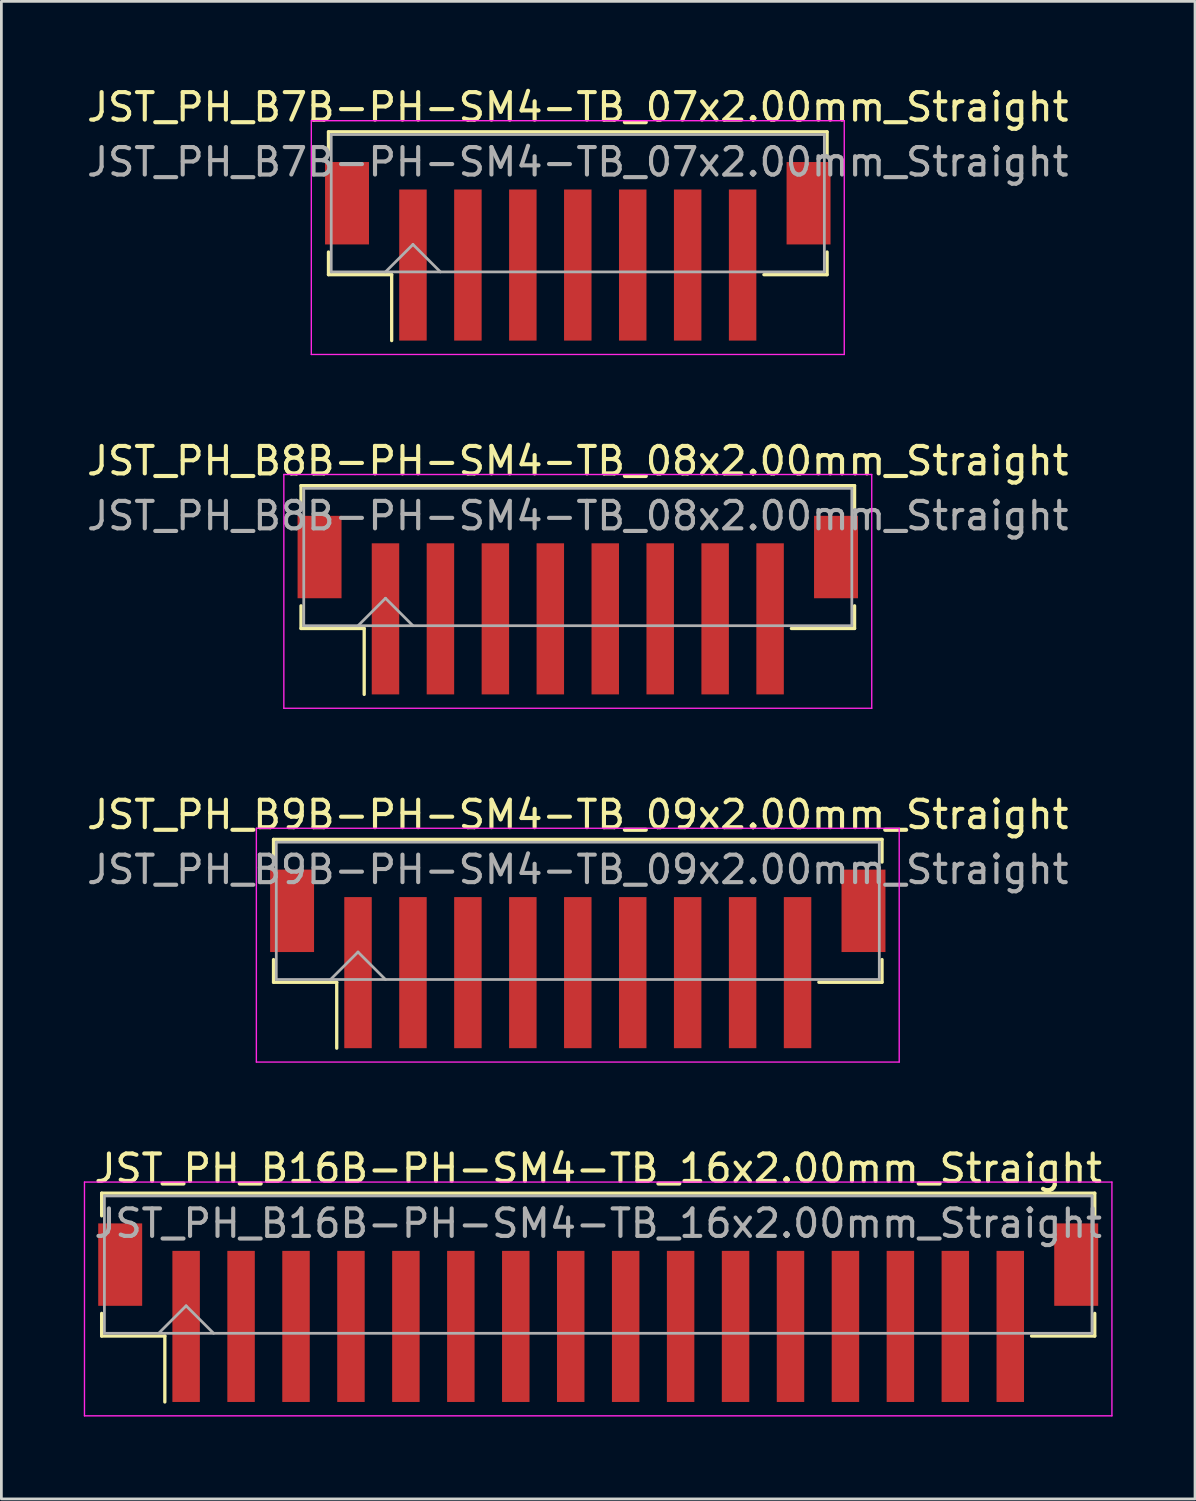
<source format=kicad_pcb>
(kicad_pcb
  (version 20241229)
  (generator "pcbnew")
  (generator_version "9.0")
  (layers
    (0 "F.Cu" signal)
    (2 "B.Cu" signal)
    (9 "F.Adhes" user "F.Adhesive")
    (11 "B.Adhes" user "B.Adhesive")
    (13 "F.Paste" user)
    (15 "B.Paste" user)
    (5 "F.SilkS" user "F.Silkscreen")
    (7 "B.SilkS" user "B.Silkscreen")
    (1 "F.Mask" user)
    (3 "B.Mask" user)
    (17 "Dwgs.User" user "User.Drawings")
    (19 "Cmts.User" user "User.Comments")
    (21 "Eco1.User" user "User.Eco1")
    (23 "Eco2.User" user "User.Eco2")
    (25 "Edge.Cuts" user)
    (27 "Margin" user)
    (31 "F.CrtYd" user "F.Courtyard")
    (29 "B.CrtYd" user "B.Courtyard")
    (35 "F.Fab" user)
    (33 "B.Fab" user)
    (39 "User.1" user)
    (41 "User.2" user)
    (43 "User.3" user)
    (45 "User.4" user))
  (footprint "JST_PH_B7B-PH-SM4-TB_07x2.00mm_Straight"
    (layer "F.Cu")
    (at 17.982 5.473)
    (property "Reference" "JST_PH_B7B-PH-SM4-TB_07x2.00mm_Straight" (at 0 -4.625 0) (layer "F.SilkS") (effects (font (size 1 1) (thickness 0.15))))
    (attr smd)
    (fp_line (start -9.075 -3.725) (end 9.075 -3.725) (stroke (width 0.12) (type solid)) (layer "F.SilkS"))
    (fp_line (start -9.075 -2.9) (end -9.075 -3.725) (stroke (width 0.12) (type solid)) (layer "F.SilkS"))
    (fp_line (start -9.075 0.65) (end -9.075 1.475) (stroke (width 0.12) (type solid)) (layer "F.SilkS"))
    (fp_line (start -9.075 1.475) (end -6.775 1.475) (stroke (width 0.12) (type solid)) (layer "F.SilkS"))
    (fp_line (start -6.775 1.475) (end -6.775 3.875) (stroke (width 0.12) (type solid)) (layer "F.SilkS"))
    (fp_line (start 9.075 -3.725) (end 9.075 -2.9) (stroke (width 0.12) (type solid)) (layer "F.SilkS"))
    (fp_line (start 9.075 0.65) (end 9.075 1.475) (stroke (width 0.12) (type solid)) (layer "F.SilkS"))
    (fp_line (start 9.075 1.475) (end 6.775 1.475) (stroke (width 0.12) (type solid)) (layer "F.SilkS"))
    (fp_line (start -9.7 -4.13) (end -9.7 4.38) (stroke (width 0.05) (type solid)) (layer "F.CrtYd"))
    (fp_line (start -9.7 4.38) (end 9.7 4.38) (stroke (width 0.05) (type solid)) (layer "F.CrtYd"))
    (fp_line (start 9.7 -4.13) (end -9.7 -4.13) (stroke (width 0.05) (type solid)) (layer "F.CrtYd"))
    (fp_line (start 9.7 4.38) (end 9.7 -4.13) (stroke (width 0.05) (type solid)) (layer "F.CrtYd"))
    (fp_line (start -8.975 -3.625) (end -8.975 1.375) (stroke (width 0.1) (type solid)) (layer "F.Fab"))
    (fp_line (start -8.975 1.375) (end 8.975 1.375) (stroke (width 0.1) (type solid)) (layer "F.Fab"))
    (fp_line (start -7 1.375) (end -6 0.375) (stroke (width 0.1) (type solid)) (layer "F.Fab"))
    (fp_line (start -6 0.375) (end -5 1.375) (stroke (width 0.1) (type solid)) (layer "F.Fab"))
    (fp_line (start 8.975 -3.625) (end -8.975 -3.625) (stroke (width 0.1) (type solid)) (layer "F.Fab"))
    (fp_line (start 8.975 1.375) (end 8.975 -3.625) (stroke (width 0.1) (type solid)) (layer "F.Fab"))
    (fp_text user "${REFERENCE}" (at 0 -2.625 0) (layer "F.Fab") (effects (font (size 1 1) (thickness 0.15))))
    (pad "" smd rect (at -8.4 -1.125) (size 1.6 3) (layers "F.Cu" "F.Mask" "F.Paste"))
    (pad "" smd rect (at 8.4 -1.125) (size 1.6 3) (layers "F.Cu" "F.Mask" "F.Paste"))
    (pad "1" smd rect (at -6 1.125) (size 1 5.5) (layers "F.Cu" "F.Mask" "F.Paste"))
    (pad "2" smd rect (at -4 1.125) (size 1 5.5) (layers "F.Cu" "F.Mask" "F.Paste"))
    (pad "3" smd rect (at -2 1.125) (size 1 5.5) (layers "F.Cu" "F.Mask" "F.Paste"))
    (pad "4" smd rect (at 0 1.125) (size 1 5.5) (layers "F.Cu" "F.Mask" "F.Paste"))
    (pad "5" smd rect (at 2 1.125) (size 1 5.5) (layers "F.Cu" "F.Mask" "F.Paste"))
    (pad "6" smd rect (at 4 1.125) (size 1 5.5) (layers "F.Cu" "F.Mask" "F.Paste"))
    (pad "7" smd rect (at 6 1.125) (size 1 5.5) (layers "F.Cu" "F.Mask" "F.Paste")))
  (footprint "JST_PH_B9B-PH-SM4-TB_09x2.00mm_Straight"
    (layer "F.Cu")
    (at 17.982 31.23)
    (property "Reference" "JST_PH_B9B-PH-SM4-TB_09x2.00mm_Straight" (at 0 -4.625 0) (layer "F.SilkS") (effects (font (size 1 1) (thickness 0.15))))
    (attr smd)
    (fp_line (start -11.075 -3.725) (end 11.075 -3.725) (stroke (width 0.12) (type solid)) (layer "F.SilkS"))
    (fp_line (start -11.075 -2.9) (end -11.075 -3.725) (stroke (width 0.12) (type solid)) (layer "F.SilkS"))
    (fp_line (start -11.075 0.65) (end -11.075 1.475) (stroke (width 0.12) (type solid)) (layer "F.SilkS"))
    (fp_line (start -11.075 1.475) (end -8.775 1.475) (stroke (width 0.12) (type solid)) (layer "F.SilkS"))
    (fp_line (start -8.775 1.475) (end -8.775 3.875) (stroke (width 0.12) (type solid)) (layer "F.SilkS"))
    (fp_line (start 11.075 -3.725) (end 11.075 -2.9) (stroke (width 0.12) (type solid)) (layer "F.SilkS"))
    (fp_line (start 11.075 0.65) (end 11.075 1.475) (stroke (width 0.12) (type solid)) (layer "F.SilkS"))
    (fp_line (start 11.075 1.475) (end 8.775 1.475) (stroke (width 0.12) (type solid)) (layer "F.SilkS"))
    (fp_line (start -11.7 -4.13) (end -11.7 4.38) (stroke (width 0.05) (type solid)) (layer "F.CrtYd"))
    (fp_line (start -11.7 4.38) (end 11.7 4.38) (stroke (width 0.05) (type solid)) (layer "F.CrtYd"))
    (fp_line (start 11.7 -4.13) (end -11.7 -4.13) (stroke (width 0.05) (type solid)) (layer "F.CrtYd"))
    (fp_line (start 11.7 4.38) (end 11.7 -4.13) (stroke (width 0.05) (type solid)) (layer "F.CrtYd"))
    (fp_line (start -10.975 -3.625) (end -10.975 1.375) (stroke (width 0.1) (type solid)) (layer "F.Fab"))
    (fp_line (start -10.975 1.375) (end 10.975 1.375) (stroke (width 0.1) (type solid)) (layer "F.Fab"))
    (fp_line (start -9 1.375) (end -8 0.375) (stroke (width 0.1) (type solid)) (layer "F.Fab"))
    (fp_line (start -8 0.375) (end -7 1.375) (stroke (width 0.1) (type solid)) (layer "F.Fab"))
    (fp_line (start 10.975 -3.625) (end -10.975 -3.625) (stroke (width 0.1) (type solid)) (layer "F.Fab"))
    (fp_line (start 10.975 1.375) (end 10.975 -3.625) (stroke (width 0.1) (type solid)) (layer "F.Fab"))
    (fp_text user "${REFERENCE}" (at 0 -2.625 0) (layer "F.Fab") (effects (font (size 1 1) (thickness 0.15))))
    (pad "" smd rect (at -10.4 -1.125) (size 1.6 3) (layers "F.Cu" "F.Mask" "F.Paste"))
    (pad "" smd rect (at 10.4 -1.125) (size 1.6 3) (layers "F.Cu" "F.Mask" "F.Paste"))
    (pad "1" smd rect (at -8 1.125) (size 1 5.5) (layers "F.Cu" "F.Mask" "F.Paste"))
    (pad "2" smd rect (at -6 1.125) (size 1 5.5) (layers "F.Cu" "F.Mask" "F.Paste"))
    (pad "3" smd rect (at -4 1.125) (size 1 5.5) (layers "F.Cu" "F.Mask" "F.Paste"))
    (pad "4" smd rect (at -2 1.125) (size 1 5.5) (layers "F.Cu" "F.Mask" "F.Paste"))
    (pad "5" smd rect (at 0 1.125) (size 1 5.5) (layers "F.Cu" "F.Mask" "F.Paste"))
    (pad "6" smd rect (at 2 1.125) (size 1 5.5) (layers "F.Cu" "F.Mask" "F.Paste"))
    (pad "7" smd rect (at 4 1.125) (size 1 5.5) (layers "F.Cu" "F.Mask" "F.Paste"))
    (pad "8" smd rect (at 6 1.125) (size 1 5.5) (layers "F.Cu" "F.Mask" "F.Paste"))
    (pad "9" smd rect (at 8 1.125) (size 1 5.5) (layers "F.Cu" "F.Mask" "F.Paste")))
  (footprint "JST_PH_B8B-PH-SM4-TB_08x2.00mm_Straight"
    (layer "F.Cu")
    (at 17.982 18.352)
    (property "Reference" "JST_PH_B8B-PH-SM4-TB_08x2.00mm_Straight" (at 0 -4.625 0) (layer "F.SilkS") (effects (font (size 1 1) (thickness 0.15))))
    (attr smd)
    (fp_line (start -10.075 -3.725) (end 10.075 -3.725) (stroke (width 0.12) (type solid)) (layer "F.SilkS"))
    (fp_line (start -10.075 -2.9) (end -10.075 -3.725) (stroke (width 0.12) (type solid)) (layer "F.SilkS"))
    (fp_line (start -10.075 0.65) (end -10.075 1.475) (stroke (width 0.12) (type solid)) (layer "F.SilkS"))
    (fp_line (start -10.075 1.475) (end -7.775 1.475) (stroke (width 0.12) (type solid)) (layer "F.SilkS"))
    (fp_line (start -7.775 1.475) (end -7.775 3.875) (stroke (width 0.12) (type solid)) (layer "F.SilkS"))
    (fp_line (start 10.075 -3.725) (end 10.075 -2.9) (stroke (width 0.12) (type solid)) (layer "F.SilkS"))
    (fp_line (start 10.075 0.65) (end 10.075 1.475) (stroke (width 0.12) (type solid)) (layer "F.SilkS"))
    (fp_line (start 10.075 1.475) (end 7.775 1.475) (stroke (width 0.12) (type solid)) (layer "F.SilkS"))
    (fp_line (start -10.7 -4.13) (end -10.7 4.38) (stroke (width 0.05) (type solid)) (layer "F.CrtYd"))
    (fp_line (start -10.7 4.38) (end 10.7 4.38) (stroke (width 0.05) (type solid)) (layer "F.CrtYd"))
    (fp_line (start 10.7 -4.13) (end -10.7 -4.13) (stroke (width 0.05) (type solid)) (layer "F.CrtYd"))
    (fp_line (start 10.7 4.38) (end 10.7 -4.13) (stroke (width 0.05) (type solid)) (layer "F.CrtYd"))
    (fp_line (start -9.975 -3.625) (end -9.975 1.375) (stroke (width 0.1) (type solid)) (layer "F.Fab"))
    (fp_line (start -9.975 1.375) (end 9.975 1.375) (stroke (width 0.1) (type solid)) (layer "F.Fab"))
    (fp_line (start -8 1.375) (end -7 0.375) (stroke (width 0.1) (type solid)) (layer "F.Fab"))
    (fp_line (start -7 0.375) (end -6 1.375) (stroke (width 0.1) (type solid)) (layer "F.Fab"))
    (fp_line (start 9.975 -3.625) (end -9.975 -3.625) (stroke (width 0.1) (type solid)) (layer "F.Fab"))
    (fp_line (start 9.975 1.375) (end 9.975 -3.625) (stroke (width 0.1) (type solid)) (layer "F.Fab"))
    (fp_text user "${REFERENCE}" (at 0 -2.625 0) (layer "F.Fab") (effects (font (size 1 1) (thickness 0.15))))
    (pad "" smd rect (at -9.4 -1.125) (size 1.6 3) (layers "F.Cu" "F.Mask" "F.Paste"))
    (pad "" smd rect (at 9.4 -1.125) (size 1.6 3) (layers "F.Cu" "F.Mask" "F.Paste"))
    (pad "1" smd rect (at -7 1.125) (size 1 5.5) (layers "F.Cu" "F.Mask" "F.Paste"))
    (pad "2" smd rect (at -5 1.125) (size 1 5.5) (layers "F.Cu" "F.Mask" "F.Paste"))
    (pad "3" smd rect (at -3 1.125) (size 1 5.5) (layers "F.Cu" "F.Mask" "F.Paste"))
    (pad "4" smd rect (at -1 1.125) (size 1 5.5) (layers "F.Cu" "F.Mask" "F.Paste"))
    (pad "5" smd rect (at 1 1.125) (size 1 5.5) (layers "F.Cu" "F.Mask" "F.Paste"))
    (pad "6" smd rect (at 3 1.125) (size 1 5.5) (layers "F.Cu" "F.Mask" "F.Paste"))
    (pad "7" smd rect (at 5 1.125) (size 1 5.5) (layers "F.Cu" "F.Mask" "F.Paste"))
    (pad "8" smd rect (at 7 1.125) (size 1 5.5) (layers "F.Cu" "F.Mask" "F.Paste")))
  (footprint "JST_PH_B16B-PH-SM4-TB_16x2.00mm_Straight"
    (layer "F.Cu")
    (at 18.725 44.108)
    (property "Reference" "JST_PH_B16B-PH-SM4-TB_16x2.00mm_Straight" (at 0 -4.625 0) (layer "F.SilkS") (effects (font (size 1 1) (thickness 0.15))))
    (attr smd)
    (fp_line (start -18.075 -3.725) (end 18.075 -3.725) (stroke (width 0.12) (type solid)) (layer "F.SilkS"))
    (fp_line (start -18.075 -2.9) (end -18.075 -3.725) (stroke (width 0.12) (type solid)) (layer "F.SilkS"))
    (fp_line (start -18.075 0.65) (end -18.075 1.475) (stroke (width 0.12) (type solid)) (layer "F.SilkS"))
    (fp_line (start -18.075 1.475) (end -15.775 1.475) (stroke (width 0.12) (type solid)) (layer "F.SilkS"))
    (fp_line (start -15.775 1.475) (end -15.775 3.875) (stroke (width 0.12) (type solid)) (layer "F.SilkS"))
    (fp_line (start 18.075 -3.725) (end 18.075 -2.9) (stroke (width 0.12) (type solid)) (layer "F.SilkS"))
    (fp_line (start 18.075 0.65) (end 18.075 1.475) (stroke (width 0.12) (type solid)) (layer "F.SilkS"))
    (fp_line (start 18.075 1.475) (end 15.775 1.475) (stroke (width 0.12) (type solid)) (layer "F.SilkS"))
    (fp_line (start -18.7 -4.13) (end -18.7 4.38) (stroke (width 0.05) (type solid)) (layer "F.CrtYd"))
    (fp_line (start -18.7 4.38) (end 18.7 4.38) (stroke (width 0.05) (type solid)) (layer "F.CrtYd"))
    (fp_line (start 18.7 -4.13) (end -18.7 -4.13) (stroke (width 0.05) (type solid)) (layer "F.CrtYd"))
    (fp_line (start 18.7 4.38) (end 18.7 -4.13) (stroke (width 0.05) (type solid)) (layer "F.CrtYd"))
    (fp_line (start -17.975 -3.625) (end -17.975 1.375) (stroke (width 0.1) (type solid)) (layer "F.Fab"))
    (fp_line (start -17.975 1.375) (end 17.975 1.375) (stroke (width 0.1) (type solid)) (layer "F.Fab"))
    (fp_line (start -16 1.375) (end -15 0.375) (stroke (width 0.1) (type solid)) (layer "F.Fab"))
    (fp_line (start -15 0.375) (end -14 1.375) (stroke (width 0.1) (type solid)) (layer "F.Fab"))
    (fp_line (start 17.975 -3.625) (end -17.975 -3.625) (stroke (width 0.1) (type solid)) (layer "F.Fab"))
    (fp_line (start 17.975 1.375) (end 17.975 -3.625) (stroke (width 0.1) (type solid)) (layer "F.Fab"))
    (fp_text user "${REFERENCE}" (at 0 -2.625 0) (layer "F.Fab") (effects (font (size 1 1) (thickness 0.15))))
    (pad "" smd rect (at -17.4 -1.125) (size 1.6 3) (layers "F.Cu" "F.Mask" "F.Paste"))
    (pad "" smd rect (at 17.4 -1.125) (size 1.6 3) (layers "F.Cu" "F.Mask" "F.Paste"))
    (pad "1" smd rect (at -15 1.125) (size 1 5.5) (layers "F.Cu" "F.Mask" "F.Paste"))
    (pad "2" smd rect (at -13 1.125) (size 1 5.5) (layers "F.Cu" "F.Mask" "F.Paste"))
    (pad "3" smd rect (at -11 1.125) (size 1 5.5) (layers "F.Cu" "F.Mask" "F.Paste"))
    (pad "4" smd rect (at -9 1.125) (size 1 5.5) (layers "F.Cu" "F.Mask" "F.Paste"))
    (pad "5" smd rect (at -7 1.125) (size 1 5.5) (layers "F.Cu" "F.Mask" "F.Paste"))
    (pad "6" smd rect (at -5 1.125) (size 1 5.5) (layers "F.Cu" "F.Mask" "F.Paste"))
    (pad "7" smd rect (at -3 1.125) (size 1 5.5) (layers "F.Cu" "F.Mask" "F.Paste"))
    (pad "8" smd rect (at -1 1.125) (size 1 5.5) (layers "F.Cu" "F.Mask" "F.Paste"))
    (pad "9" smd rect (at 1 1.125) (size 1 5.5) (layers "F.Cu" "F.Mask" "F.Paste"))
    (pad "10" smd rect (at 3 1.125) (size 1 5.5) (layers "F.Cu" "F.Mask" "F.Paste"))
    (pad "11" smd rect (at 5 1.125) (size 1 5.5) (layers "F.Cu" "F.Mask" "F.Paste"))
    (pad "12" smd rect (at 7 1.125) (size 1 5.5) (layers "F.Cu" "F.Mask" "F.Paste"))
    (pad "13" smd rect (at 9 1.125) (size 1 5.5) (layers "F.Cu" "F.Mask" "F.Paste"))
    (pad "14" smd rect (at 11 1.125) (size 1 5.5) (layers "F.Cu" "F.Mask" "F.Paste"))
    (pad "15" smd rect (at 13 1.125) (size 1 5.5) (layers "F.Cu" "F.Mask" "F.Paste"))
    (pad "16" smd rect (at 15 1.125) (size 1 5.5) (layers "F.Cu" "F.Mask" "F.Paste")))
  (gr_rect
    (start -3 -3)
    (end 40.45 51.513)
    (stroke (width 0.1) (type default))
    (fill no)
    (layer "Edge.Cuts")))
</source>
